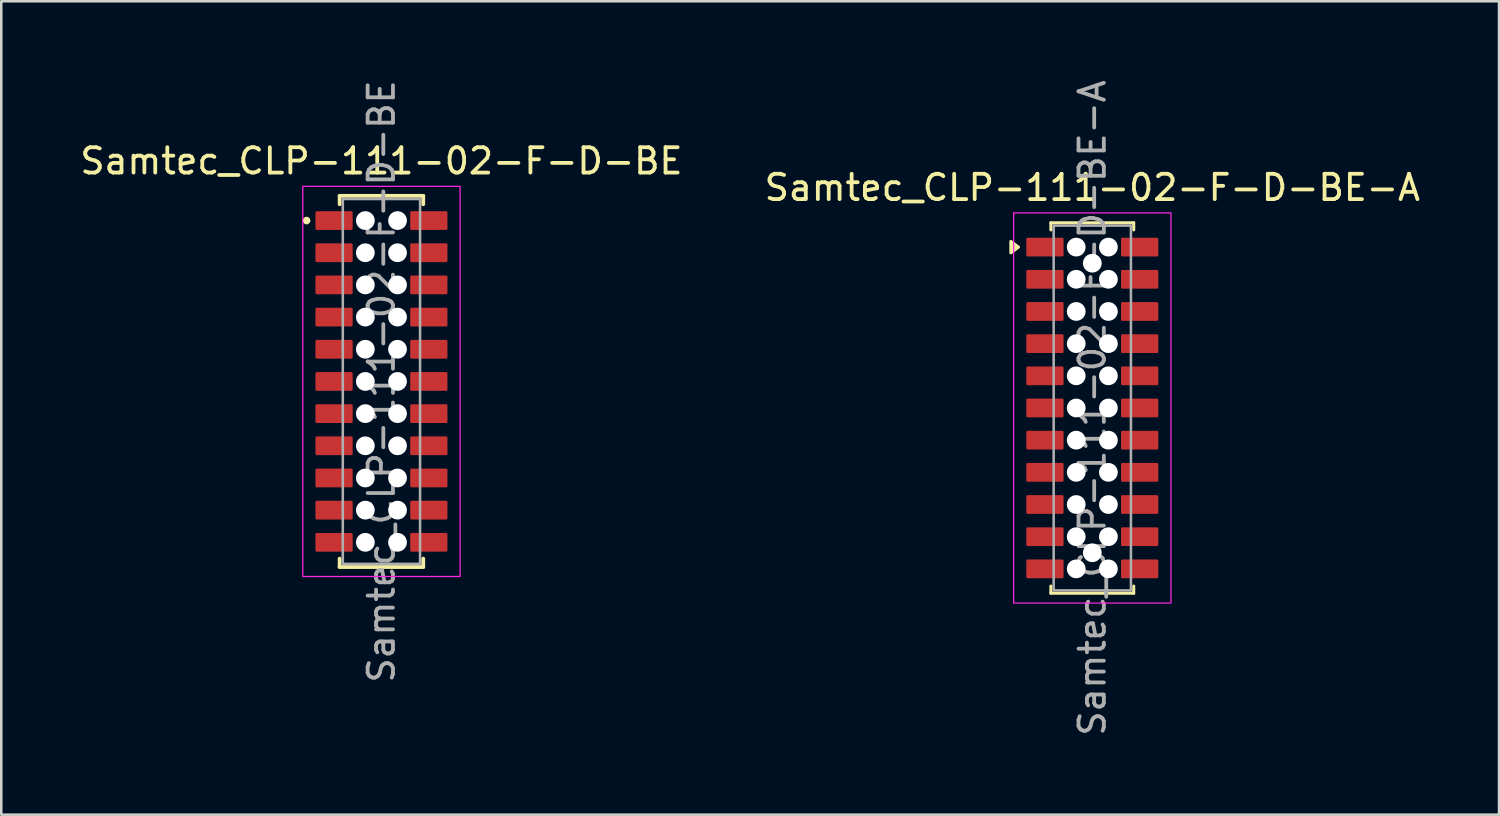
<source format=kicad_pcb>
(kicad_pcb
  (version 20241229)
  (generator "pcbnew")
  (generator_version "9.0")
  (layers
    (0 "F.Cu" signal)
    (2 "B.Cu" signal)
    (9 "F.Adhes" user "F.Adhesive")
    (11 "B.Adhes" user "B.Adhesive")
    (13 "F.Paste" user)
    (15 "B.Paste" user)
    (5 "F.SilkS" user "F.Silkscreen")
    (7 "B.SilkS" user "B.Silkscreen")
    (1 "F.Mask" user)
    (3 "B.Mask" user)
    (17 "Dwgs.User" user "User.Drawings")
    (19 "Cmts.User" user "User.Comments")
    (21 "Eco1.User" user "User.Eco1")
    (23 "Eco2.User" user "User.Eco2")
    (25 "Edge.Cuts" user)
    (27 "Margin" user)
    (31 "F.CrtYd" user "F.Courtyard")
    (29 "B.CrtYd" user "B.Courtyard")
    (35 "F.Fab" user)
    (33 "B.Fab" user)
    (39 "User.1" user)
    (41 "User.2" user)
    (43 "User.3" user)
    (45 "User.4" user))
  (footprint "Samtec_CLP-111-02-F-D-BE"
    (layer "F.Cu")
    (at 12.006 12.006)
    (property "Reference" "Samtec_CLP-111-02-F-D-BE" (at 0 -8.7 0) (unlocked yes) (layer "F.SilkS") (effects (font (size 1 1) (thickness 0.15))))
    (attr smd)
    (fp_line (start -1.65 -7.325) (end -1.65 -6.995) (stroke (width 0.15) (type default)) (layer "F.SilkS"))
    (fp_line (start -1.65 -7.325) (end 1.65 -7.325) (stroke (width 0.15) (type default)) (layer "F.SilkS"))
    (fp_line (start -1.65 7.325) (end -1.65 6.995) (stroke (width 0.15) (type solid)) (layer "F.SilkS"))
    (fp_line (start -1.65 7.325) (end 1.65 7.325) (stroke (width 0.15) (type solid)) (layer "F.SilkS"))
    (fp_line (start 1.65 -7.325) (end 1.65 -6.995) (stroke (width 0.15) (type solid)) (layer "F.SilkS"))
    (fp_line (start 1.65 7.325) (end 1.65 6.995) (stroke (width 0.15) (type solid)) (layer "F.SilkS"))
    (fp_circle (center -2.955 -6.35) (end -2.88 -6.35) (stroke (width 0.15) (type solid)) (fill yes) (layer "F.SilkS"))
    (fp_rect (start -3.105 -7.7) (end 3.105 7.7) (stroke (width 0.05) (type default)) (fill no) (layer "F.CrtYd"))
    (fp_rect (start -1.525 -7.2) (end 1.525 7.2) (stroke (width 0.1) (type solid)) (fill no) (layer "F.Fab"))
    (fp_text user "${REFERENCE}" (at 0 0 90) (unlocked yes) (layer "F.Fab") (effects (font (size 1 1) (thickness 0.15))))
    (pad "" np_thru_hole circle (at -0.635 -6.35) (size 0.74 0.74) (drill 0.74) (layers "*.Cu" "*.Mask"))
    (pad "" np_thru_hole circle (at -0.635 -5.08) (size 0.74 0.74) (drill 0.74) (layers "*.Cu" "*.Mask"))
    (pad "" np_thru_hole circle (at -0.635 -3.81) (size 0.74 0.74) (drill 0.74) (layers "*.Cu" "*.Mask"))
    (pad "" np_thru_hole circle (at -0.635 -2.54) (size 0.74 0.74) (drill 0.74) (layers "*.Cu" "*.Mask"))
    (pad "" np_thru_hole circle (at -0.635 -1.27) (size 0.74 0.74) (drill 0.74) (layers "*.Cu" "*.Mask"))
    (pad "" np_thru_hole circle (at -0.635 0) (size 0.74 0.74) (drill 0.74) (layers "*.Cu" "*.Mask"))
    (pad "" np_thru_hole circle (at -0.635 1.27) (size 0.74 0.74) (drill 0.74) (layers "*.Cu" "*.Mask"))
    (pad "" np_thru_hole circle (at -0.635 2.54) (size 0.74 0.74) (drill 0.74) (layers "*.Cu" "*.Mask"))
    (pad "" np_thru_hole circle (at -0.635 3.81) (size 0.74 0.74) (drill 0.74) (layers "*.Cu" "*.Mask"))
    (pad "" np_thru_hole circle (at -0.635 5.08) (size 0.74 0.74) (drill 0.74) (layers "*.Cu" "*.Mask"))
    (pad "" np_thru_hole circle (at -0.635 6.35) (size 0.74 0.74) (drill 0.74) (layers "*.Cu" "*.Mask"))
    (pad "" np_thru_hole circle (at 0.635 -6.35) (size 0.74 0.74) (drill 0.74) (layers "*.Cu" "*.Mask"))
    (pad "" np_thru_hole circle (at 0.635 -5.08) (size 0.74 0.74) (drill 0.74) (layers "*.Cu" "*.Mask"))
    (pad "" np_thru_hole circle (at 0.635 -3.81) (size 0.74 0.74) (drill 0.74) (layers "*.Cu" "*.Mask"))
    (pad "" np_thru_hole circle (at 0.635 -2.54) (size 0.74 0.74) (drill 0.74) (layers "*.Cu" "*.Mask"))
    (pad "" np_thru_hole circle (at 0.635 -1.27) (size 0.74 0.74) (drill 0.74) (layers "*.Cu" "*.Mask"))
    (pad "" np_thru_hole circle (at 0.635 0) (size 0.74 0.74) (drill 0.74) (layers "*.Cu" "*.Mask"))
    (pad "" np_thru_hole circle (at 0.635 1.27) (size 0.74 0.74) (drill 0.74) (layers "*.Cu" "*.Mask"))
    (pad "" np_thru_hole circle (at 0.635 2.54) (size 0.74 0.74) (drill 0.74) (layers "*.Cu" "*.Mask"))
    (pad "" np_thru_hole circle (at 0.635 3.81) (size 0.74 0.74) (drill 0.74) (layers "*.Cu" "*.Mask"))
    (pad "" np_thru_hole circle (at 0.635 5.08) (size 0.74 0.74) (drill 0.74) (layers "*.Cu" "*.Mask"))
    (pad "" np_thru_hole circle (at 0.635 6.35) (size 0.74 0.74) (drill 0.74) (layers "*.Cu" "*.Mask"))
    (pad "1" smd roundrect (at -1.87 -6.35) (size 1.47 0.74) (layers "F.Cu" "F.Mask" "F.Paste") (roundrect_rratio 0.068))
    (pad "2" smd roundrect (at 1.87 -6.35) (size 1.47 0.74) (layers "F.Cu" "F.Mask" "F.Paste") (roundrect_rratio 0.068))
    (pad "3" smd roundrect (at -1.87 -5.08) (size 1.47 0.74) (layers "F.Cu" "F.Mask" "F.Paste") (roundrect_rratio 0.068))
    (pad "4" smd roundrect (at 1.87 -5.08) (size 1.47 0.74) (layers "F.Cu" "F.Mask" "F.Paste") (roundrect_rratio 0.068))
    (pad "5" smd roundrect (at -1.87 -3.81) (size 1.47 0.74) (layers "F.Cu" "F.Mask" "F.Paste") (roundrect_rratio 0.068))
    (pad "6" smd roundrect (at 1.87 -3.81) (size 1.47 0.74) (layers "F.Cu" "F.Mask" "F.Paste") (roundrect_rratio 0.068))
    (pad "7" smd roundrect (at -1.87 -2.54) (size 1.47 0.74) (layers "F.Cu" "F.Mask" "F.Paste") (roundrect_rratio 0.068))
    (pad "8" smd roundrect (at 1.87 -2.54) (size 1.47 0.74) (layers "F.Cu" "F.Mask" "F.Paste") (roundrect_rratio 0.068))
    (pad "9" smd roundrect (at -1.87 -1.27) (size 1.47 0.74) (layers "F.Cu" "F.Mask" "F.Paste") (roundrect_rratio 0.068))
    (pad "10" smd roundrect (at 1.87 -1.27) (size 1.47 0.74) (layers "F.Cu" "F.Mask" "F.Paste") (roundrect_rratio 0.068))
    (pad "11" smd roundrect (at -1.87 0) (size 1.47 0.74) (layers "F.Cu" "F.Mask" "F.Paste") (roundrect_rratio 0.068))
    (pad "12" smd roundrect (at 1.87 0) (size 1.47 0.74) (layers "F.Cu" "F.Mask" "F.Paste") (roundrect_rratio 0.068))
    (pad "13" smd roundrect (at -1.87 1.27) (size 1.47 0.74) (layers "F.Cu" "F.Mask" "F.Paste") (roundrect_rratio 0.068))
    (pad "14" smd roundrect (at 1.87 1.27) (size 1.47 0.74) (layers "F.Cu" "F.Mask" "F.Paste") (roundrect_rratio 0.068))
    (pad "15" smd roundrect (at -1.87 2.54) (size 1.47 0.74) (layers "F.Cu" "F.Mask" "F.Paste") (roundrect_rratio 0.068))
    (pad "16" smd roundrect (at 1.87 2.54) (size 1.47 0.74) (layers "F.Cu" "F.Mask" "F.Paste") (roundrect_rratio 0.068))
    (pad "17" smd roundrect (at -1.87 3.81) (size 1.47 0.74) (layers "F.Cu" "F.Mask" "F.Paste") (roundrect_rratio 0.068))
    (pad "18" smd roundrect (at 1.87 3.81) (size 1.47 0.74) (layers "F.Cu" "F.Mask" "F.Paste") (roundrect_rratio 0.068))
    (pad "19" smd roundrect (at -1.87 5.08) (size 1.47 0.74) (layers "F.Cu" "F.Mask" "F.Paste") (roundrect_rratio 0.068))
    (pad "20" smd roundrect (at 1.87 5.08) (size 1.47 0.74) (layers "F.Cu" "F.Mask" "F.Paste") (roundrect_rratio 0.068))
    (pad "21" smd roundrect (at -1.87 6.35) (size 1.47 0.74) (layers "F.Cu" "F.Mask" "F.Paste") (roundrect_rratio 0.068))
    (pad "22" smd roundrect (at 1.87 6.35) (size 1.47 0.74) (layers "F.Cu" "F.Mask" "F.Paste") (roundrect_rratio 0.068)))
  (footprint "Samtec_CLP-111-02-F-D-BE-A"
    (layer "F.Cu")
    (at 40.065 13.054)
    (property "Reference" "Samtec_CLP-111-02-F-D-BE-A" (at 0 -8.7 0) (unlocked yes) (layer "F.SilkS") (effects (font (size 1 1) (thickness 0.15))))
    (attr smd)
    (fp_line (start -1.635 -7.31) (end -1.635 -7.03) (stroke (width 0.12) (type solid)) (layer "F.SilkS"))
    (fp_line (start -1.635 7.31) (end -1.635 7.03) (stroke (width 0.12) (type default)) (layer "F.SilkS"))
    (fp_line (start -1.635 7.31) (end 1.635 7.31) (stroke (width 0.12) (type default)) (layer "F.SilkS"))
    (fp_line (start 1.635 -7.31) (end -1.635 -7.31) (stroke (width 0.12) (type default)) (layer "F.SilkS"))
    (fp_line (start 1.635 -7.31) (end 1.635 -7.03) (stroke (width 0.12) (type default)) (layer "F.SilkS"))
    (fp_line (start 1.635 7.31) (end 1.635 7.03) (stroke (width 0.12) (type solid)) (layer "F.SilkS"))
    (fp_poly (pts (xy -2.915 -6.35) (xy -3.215 -6.575) (xy -3.215 -6.125)) (stroke (width 0.12) (type solid)) (fill yes) (layer "F.SilkS"))
    (fp_rect (start -3.105 -7.7) (end 3.105 7.7) (stroke (width 0.05) (type default)) (fill no) (layer "F.CrtYd"))
    (fp_rect (start -1.525 -7.2) (end 1.525 7.2) (stroke (width 0.1) (type solid)) (fill no) (layer "F.Fab"))
    (fp_text user "${REFERENCE}" (at 0 0 90) (unlocked yes) (layer "F.Fab") (effects (font (size 1 1) (thickness 0.15))))
    (pad "" np_thru_hole circle (at -0.635 -6.35) (size 0.74 0.74) (drill 0.74) (layers "*.Cu" "*.Mask"))
    (pad "" np_thru_hole circle (at -0.635 -5.08) (size 0.74 0.74) (drill 0.74) (layers "*.Cu" "*.Mask"))
    (pad "" np_thru_hole circle (at -0.635 -3.81) (size 0.74 0.74) (drill 0.74) (layers "*.Cu" "*.Mask"))
    (pad "" np_thru_hole circle (at -0.635 -2.54) (size 0.74 0.74) (drill 0.74) (layers "*.Cu" "*.Mask"))
    (pad "" np_thru_hole circle (at -0.635 -1.27) (size 0.74 0.74) (drill 0.74) (layers "*.Cu" "*.Mask"))
    (pad "" np_thru_hole circle (at -0.635 0) (size 0.74 0.74) (drill 0.74) (layers "*.Cu" "*.Mask"))
    (pad "" np_thru_hole circle (at -0.635 1.27) (size 0.74 0.74) (drill 0.74) (layers "*.Cu" "*.Mask"))
    (pad "" np_thru_hole circle (at -0.635 2.54) (size 0.74 0.74) (drill 0.74) (layers "*.Cu" "*.Mask"))
    (pad "" np_thru_hole circle (at -0.635 3.81) (size 0.74 0.74) (drill 0.74) (layers "*.Cu" "*.Mask"))
    (pad "" np_thru_hole circle (at -0.635 5.08) (size 0.74 0.74) (drill 0.74) (layers "*.Cu" "*.Mask"))
    (pad "" np_thru_hole circle (at -0.635 6.35) (size 0.74 0.74) (drill 0.74) (layers "*.Cu" "*.Mask"))
    (pad "" np_thru_hole circle (at 0 -5.715) (size 0.74 0.74) (drill 0.74) (layers "*.Cu" "*.Mask"))
    (pad "" np_thru_hole circle (at 0 5.715) (size 0.74 0.74) (drill 0.74) (layers "*.Cu" "*.Mask"))
    (pad "" np_thru_hole circle (at 0.635 -6.35) (size 0.74 0.74) (drill 0.74) (layers "*.Cu" "*.Mask"))
    (pad "" np_thru_hole circle (at 0.635 -5.08) (size 0.74 0.74) (drill 0.74) (layers "*.Cu" "*.Mask"))
    (pad "" np_thru_hole circle (at 0.635 -3.81) (size 0.74 0.74) (drill 0.74) (layers "*.Cu" "*.Mask"))
    (pad "" np_thru_hole circle (at 0.635 -2.54) (size 0.74 0.74) (drill 0.74) (layers "*.Cu" "*.Mask"))
    (pad "" np_thru_hole circle (at 0.635 -1.27) (size 0.74 0.74) (drill 0.74) (layers "*.Cu" "*.Mask"))
    (pad "" np_thru_hole circle (at 0.635 0) (size 0.74 0.74) (drill 0.74) (layers "*.Cu" "*.Mask"))
    (pad "" np_thru_hole circle (at 0.635 1.27) (size 0.74 0.74) (drill 0.74) (layers "*.Cu" "*.Mask"))
    (pad "" np_thru_hole circle (at 0.635 2.54) (size 0.74 0.74) (drill 0.74) (layers "*.Cu" "*.Mask"))
    (pad "" np_thru_hole circle (at 0.635 3.81) (size 0.74 0.74) (drill 0.74) (layers "*.Cu" "*.Mask"))
    (pad "" np_thru_hole circle (at 0.635 5.08) (size 0.74 0.74) (drill 0.74) (layers "*.Cu" "*.Mask"))
    (pad "" np_thru_hole circle (at 0.635 6.35) (size 0.74 0.74) (drill 0.74) (layers "*.Cu" "*.Mask"))
    (pad "1" smd roundrect (at -1.87 -6.35) (size 1.47 0.74) (layers "F.Cu" "F.Mask" "F.Paste") (roundrect_rratio 0.068))
    (pad "2" smd roundrect (at 1.87 -6.35) (size 1.47 0.74) (layers "F.Cu" "F.Mask" "F.Paste") (roundrect_rratio 0.068))
    (pad "3" smd roundrect (at -1.87 -5.08) (size 1.47 0.74) (layers "F.Cu" "F.Mask" "F.Paste") (roundrect_rratio 0.068))
    (pad "4" smd roundrect (at 1.87 -5.08) (size 1.47 0.74) (layers "F.Cu" "F.Mask" "F.Paste") (roundrect_rratio 0.068))
    (pad "5" smd roundrect (at -1.87 -3.81) (size 1.47 0.74) (layers "F.Cu" "F.Mask" "F.Paste") (roundrect_rratio 0.068))
    (pad "6" smd roundrect (at 1.87 -3.81) (size 1.47 0.74) (layers "F.Cu" "F.Mask" "F.Paste") (roundrect_rratio 0.068))
    (pad "7" smd roundrect (at -1.87 -2.54) (size 1.47 0.74) (layers "F.Cu" "F.Mask" "F.Paste") (roundrect_rratio 0.068))
    (pad "8" smd roundrect (at 1.87 -2.54) (size 1.47 0.74) (layers "F.Cu" "F.Mask" "F.Paste") (roundrect_rratio 0.068))
    (pad "9" smd roundrect (at -1.87 -1.27) (size 1.47 0.74) (layers "F.Cu" "F.Mask" "F.Paste") (roundrect_rratio 0.068))
    (pad "10" smd roundrect (at 1.87 -1.27) (size 1.47 0.74) (layers "F.Cu" "F.Mask" "F.Paste") (roundrect_rratio 0.068))
    (pad "11" smd roundrect (at -1.87 0) (size 1.47 0.74) (layers "F.Cu" "F.Mask" "F.Paste") (roundrect_rratio 0.068))
    (pad "12" smd roundrect (at 1.87 0) (size 1.47 0.74) (layers "F.Cu" "F.Mask" "F.Paste") (roundrect_rratio 0.068))
    (pad "13" smd roundrect (at -1.87 1.27) (size 1.47 0.74) (layers "F.Cu" "F.Mask" "F.Paste") (roundrect_rratio 0.068))
    (pad "14" smd roundrect (at 1.87 1.27) (size 1.47 0.74) (layers "F.Cu" "F.Mask" "F.Paste") (roundrect_rratio 0.068))
    (pad "15" smd roundrect (at -1.87 2.54) (size 1.47 0.74) (layers "F.Cu" "F.Mask" "F.Paste") (roundrect_rratio 0.068))
    (pad "16" smd roundrect (at 1.87 2.54) (size 1.47 0.74) (layers "F.Cu" "F.Mask" "F.Paste") (roundrect_rratio 0.068))
    (pad "17" smd roundrect (at -1.87 3.81) (size 1.47 0.74) (layers "F.Cu" "F.Mask" "F.Paste") (roundrect_rratio 0.068))
    (pad "18" smd roundrect (at 1.87 3.81) (size 1.47 0.74) (layers "F.Cu" "F.Mask" "F.Paste") (roundrect_rratio 0.068))
    (pad "19" smd roundrect (at -1.87 5.08) (size 1.47 0.74) (layers "F.Cu" "F.Mask" "F.Paste") (roundrect_rratio 0.068))
    (pad "20" smd roundrect (at 1.87 5.08) (size 1.47 0.74) (layers "F.Cu" "F.Mask" "F.Paste") (roundrect_rratio 0.068))
    (pad "21" smd roundrect (at -1.87 6.35) (size 1.47 0.74) (layers "F.Cu" "F.Mask" "F.Paste") (roundrect_rratio 0.068))
    (pad "22" smd roundrect (at 1.87 6.35) (size 1.47 0.74) (layers "F.Cu" "F.Mask" "F.Paste") (roundrect_rratio 0.068)))
  (gr_rect
    (start -3 -3)
    (end 56.119 29.107)
    (stroke (width 0.1) (type default))
    (fill no)
    (layer "Edge.Cuts")))
</source>
